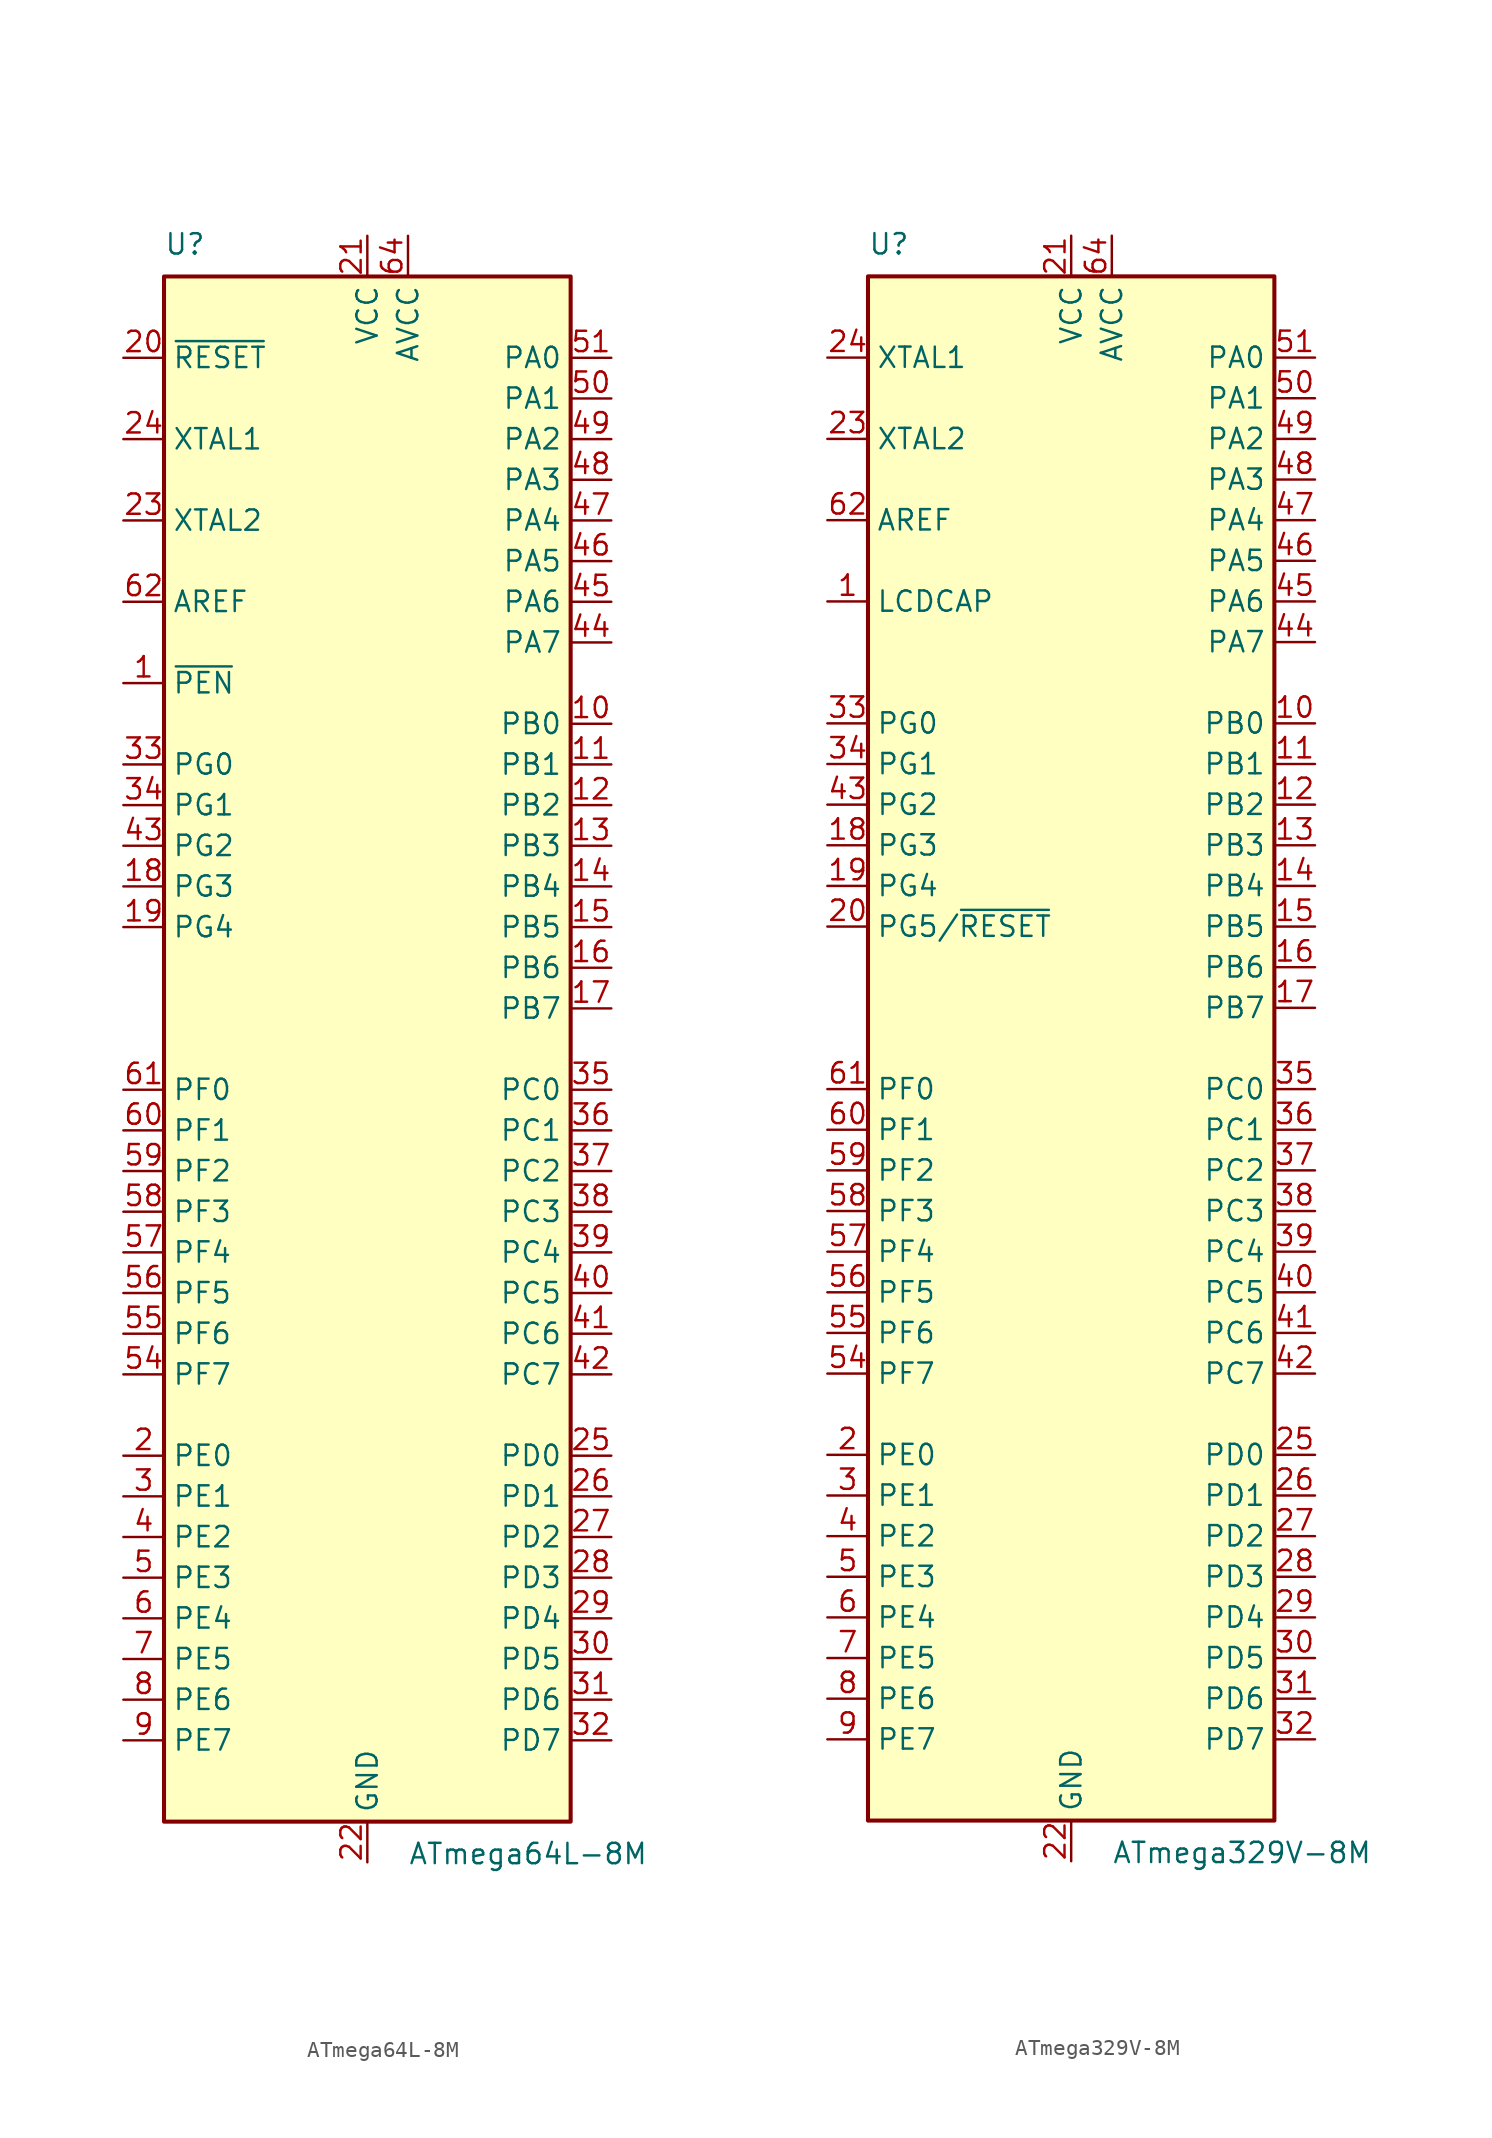
<source format=kicad_sym>
(kicad_symbol_lib
  (version 20231120)
  (generator "kicad_symbol_editor")
  (generator_version "8.0")
  (symbol "ATmega64L-8M"
    (property "Reference" "U"
      (at -12.7 49.53 0)
      (effects (font (size 1.27 1.27)) (justify left bottom)))
    (property "Value" "ATmega64L-8M"
      (at 2.54 -49.53 0)
      (effects (font (size 1.27 1.27)) (justify left top)))
    (symbol "ATmega64L-8M_0_1"
      (rectangle (start -12.7 -48.26) (end 12.7 48.26) (stroke (width 0.254) (type default)) (fill (type background))))
    (symbol "ATmega64L-8M_1_1"
      (pin input line (at -15.24 22.86 0) (length 2.54) (name "~{PEN}" (effects (font (size 1.27 1.27)))) (number "1" (effects (font (size 1.27 1.27)))))
      (pin bidirectional line (at 15.24 20.32 180) (length 2.54) (name "PB0" (effects (font (size 1.27 1.27)))) (number "10" (effects (font (size 1.27 1.27)))))
      (pin bidirectional line (at 15.24 17.78 180) (length 2.54) (name "PB1" (effects (font (size 1.27 1.27)))) (number "11" (effects (font (size 1.27 1.27)))))
      (pin bidirectional line (at 15.24 15.24 180) (length 2.54) (name "PB2" (effects (font (size 1.27 1.27)))) (number "12" (effects (font (size 1.27 1.27)))))
      (pin bidirectional line (at 15.24 12.7 180) (length 2.54) (name "PB3" (effects (font (size 1.27 1.27)))) (number "13" (effects (font (size 1.27 1.27)))))
      (pin bidirectional line (at 15.24 10.16 180) (length 2.54) (name "PB4" (effects (font (size 1.27 1.27)))) (number "14" (effects (font (size 1.27 1.27)))))
      (pin bidirectional line (at 15.24 7.62 180) (length 2.54) (name "PB5" (effects (font (size 1.27 1.27)))) (number "15" (effects (font (size 1.27 1.27)))))
      (pin bidirectional line (at 15.24 5.08 180) (length 2.54) (name "PB6" (effects (font (size 1.27 1.27)))) (number "16" (effects (font (size 1.27 1.27)))))
      (pin bidirectional line (at 15.24 2.54 180) (length 2.54) (name "PB7" (effects (font (size 1.27 1.27)))) (number "17" (effects (font (size 1.27 1.27)))))
      (pin bidirectional line (at -15.24 10.16 0) (length 2.54) (name "PG3" (effects (font (size 1.27 1.27)))) (number "18" (effects (font (size 1.27 1.27)))))
      (pin bidirectional line (at -15.24 7.62 0) (length 2.54) (name "PG4" (effects (font (size 1.27 1.27)))) (number "19" (effects (font (size 1.27 1.27)))))
      (pin bidirectional line (at -15.24 -25.4 0) (length 2.54) (name "PE0" (effects (font (size 1.27 1.27)))) (number "2" (effects (font (size 1.27 1.27)))))
      (pin input line (at -15.24 43.18 0) (length 2.54) (name "~{RESET}" (effects (font (size 1.27 1.27)))) (number "20" (effects (font (size 1.27 1.27)))))
      (pin power_in line (at 0 50.8 270) (length 2.54) (name "VCC" (effects (font (size 1.27 1.27)))) (number "21" (effects (font (size 1.27 1.27)))))
      (pin power_in line (at 0 -50.8 90) (length 2.54) (name "GND" (effects (font (size 1.27 1.27)))) (number "22" (effects (font (size 1.27 1.27)))))
      (pin output line (at -15.24 33.02 0) (length 2.54) (name "XTAL2" (effects (font (size 1.27 1.27)))) (number "23" (effects (font (size 1.27 1.27)))))
      (pin input line (at -15.24 38.1 0) (length 2.54) (name "XTAL1" (effects (font (size 1.27 1.27)))) (number "24" (effects (font (size 1.27 1.27)))))
      (pin bidirectional line (at 15.24 -25.4 180) (length 2.54) (name "PD0" (effects (font (size 1.27 1.27)))) (number "25" (effects (font (size 1.27 1.27)))))
      (pin bidirectional line (at 15.24 -27.94 180) (length 2.54) (name "PD1" (effects (font (size 1.27 1.27)))) (number "26" (effects (font (size 1.27 1.27)))))
      (pin bidirectional line (at 15.24 -30.48 180) (length 2.54) (name "PD2" (effects (font (size 1.27 1.27)))) (number "27" (effects (font (size 1.27 1.27)))))
      (pin bidirectional line (at 15.24 -33.02 180) (length 2.54) (name "PD3" (effects (font (size 1.27 1.27)))) (number "28" (effects (font (size 1.27 1.27)))))
      (pin bidirectional line (at 15.24 -35.56 180) (length 2.54) (name "PD4" (effects (font (size 1.27 1.27)))) (number "29" (effects (font (size 1.27 1.27)))))
      (pin bidirectional line (at -15.24 -27.94 0) (length 2.54) (name "PE1" (effects (font (size 1.27 1.27)))) (number "3" (effects (font (size 1.27 1.27)))))
      (pin bidirectional line (at 15.24 -38.1 180) (length 2.54) (name "PD5" (effects (font (size 1.27 1.27)))) (number "30" (effects (font (size 1.27 1.27)))))
      (pin bidirectional line (at 15.24 -40.64 180) (length 2.54) (name "PD6" (effects (font (size 1.27 1.27)))) (number "31" (effects (font (size 1.27 1.27)))))
      (pin bidirectional line (at 15.24 -43.18 180) (length 2.54) (name "PD7" (effects (font (size 1.27 1.27)))) (number "32" (effects (font (size 1.27 1.27)))))
      (pin bidirectional line (at -15.24 17.78 0) (length 2.54) (name "PG0" (effects (font (size 1.27 1.27)))) (number "33" (effects (font (size 1.27 1.27)))))
      (pin bidirectional line (at -15.24 15.24 0) (length 2.54) (name "PG1" (effects (font (size 1.27 1.27)))) (number "34" (effects (font (size 1.27 1.27)))))
      (pin bidirectional line (at 15.24 -2.54 180) (length 2.54) (name "PC0" (effects (font (size 1.27 1.27)))) (number "35" (effects (font (size 1.27 1.27)))))
      (pin bidirectional line (at 15.24 -5.08 180) (length 2.54) (name "PC1" (effects (font (size 1.27 1.27)))) (number "36" (effects (font (size 1.27 1.27)))))
      (pin bidirectional line (at 15.24 -7.62 180) (length 2.54) (name "PC2" (effects (font (size 1.27 1.27)))) (number "37" (effects (font (size 1.27 1.27)))))
      (pin bidirectional line (at 15.24 -10.16 180) (length 2.54) (name "PC3" (effects (font (size 1.27 1.27)))) (number "38" (effects (font (size 1.27 1.27)))))
      (pin bidirectional line (at 15.24 -12.7 180) (length 2.54) (name "PC4" (effects (font (size 1.27 1.27)))) (number "39" (effects (font (size 1.27 1.27)))))
      (pin bidirectional line (at -15.24 -30.48 0) (length 2.54) (name "PE2" (effects (font (size 1.27 1.27)))) (number "4" (effects (font (size 1.27 1.27)))))
      (pin bidirectional line (at 15.24 -15.24 180) (length 2.54) (name "PC5" (effects (font (size 1.27 1.27)))) (number "40" (effects (font (size 1.27 1.27)))))
      (pin bidirectional line (at 15.24 -17.78 180) (length 2.54) (name "PC6" (effects (font (size 1.27 1.27)))) (number "41" (effects (font (size 1.27 1.27)))))
      (pin bidirectional line (at 15.24 -20.32 180) (length 2.54) (name "PC7" (effects (font (size 1.27 1.27)))) (number "42" (effects (font (size 1.27 1.27)))))
      (pin bidirectional line (at -15.24 12.7 0) (length 2.54) (name "PG2" (effects (font (size 1.27 1.27)))) (number "43" (effects (font (size 1.27 1.27)))))
      (pin bidirectional line (at 15.24 25.4 180) (length 2.54) (name "PA7" (effects (font (size 1.27 1.27)))) (number "44" (effects (font (size 1.27 1.27)))))
      (pin bidirectional line (at 15.24 27.94 180) (length 2.54) (name "PA6" (effects (font (size 1.27 1.27)))) (number "45" (effects (font (size 1.27 1.27)))))
      (pin bidirectional line (at 15.24 30.48 180) (length 2.54) (name "PA5" (effects (font (size 1.27 1.27)))) (number "46" (effects (font (size 1.27 1.27)))))
      (pin bidirectional line (at 15.24 33.02 180) (length 2.54) (name "PA4" (effects (font (size 1.27 1.27)))) (number "47" (effects (font (size 1.27 1.27)))))
      (pin bidirectional line (at 15.24 35.56 180) (length 2.54) (name "PA3" (effects (font (size 1.27 1.27)))) (number "48" (effects (font (size 1.27 1.27)))))
      (pin bidirectional line (at 15.24 38.1 180) (length 2.54) (name "PA2" (effects (font (size 1.27 1.27)))) (number "49" (effects (font (size 1.27 1.27)))))
      (pin bidirectional line (at -15.24 -33.02 0) (length 2.54) (name "PE3" (effects (font (size 1.27 1.27)))) (number "5" (effects (font (size 1.27 1.27)))))
      (pin bidirectional line (at 15.24 40.64 180) (length 2.54) (name "PA1" (effects (font (size 1.27 1.27)))) (number "50" (effects (font (size 1.27 1.27)))))
      (pin bidirectional line (at 15.24 43.18 180) (length 2.54) (name "PA0" (effects (font (size 1.27 1.27)))) (number "51" (effects (font (size 1.27 1.27)))))
      (pin passive line (at 0 50.8 270) (length 2.54) hide (name "VCC" (effects (font (size 1.27 1.27)))) (number "52" (effects (font (size 1.27 1.27)))))
      (pin passive line (at 0 -50.8 90) (length 2.54) hide (name "GND" (effects (font (size 1.27 1.27)))) (number "53" (effects (font (size 1.27 1.27)))))
      (pin bidirectional line (at -15.24 -20.32 0) (length 2.54) (name "PF7" (effects (font (size 1.27 1.27)))) (number "54" (effects (font (size 1.27 1.27)))))
      (pin bidirectional line (at -15.24 -17.78 0) (length 2.54) (name "PF6" (effects (font (size 1.27 1.27)))) (number "55" (effects (font (size 1.27 1.27)))))
      (pin bidirectional line (at -15.24 -15.24 0) (length 2.54) (name "PF5" (effects (font (size 1.27 1.27)))) (number "56" (effects (font (size 1.27 1.27)))))
      (pin bidirectional line (at -15.24 -12.7 0) (length 2.54) (name "PF4" (effects (font (size 1.27 1.27)))) (number "57" (effects (font (size 1.27 1.27)))))
      (pin bidirectional line (at -15.24 -10.16 0) (length 2.54) (name "PF3" (effects (font (size 1.27 1.27)))) (number "58" (effects (font (size 1.27 1.27)))))
      (pin bidirectional line (at -15.24 -7.62 0) (length 2.54) (name "PF2" (effects (font (size 1.27 1.27)))) (number "59" (effects (font (size 1.27 1.27)))))
      (pin bidirectional line (at -15.24 -35.56 0) (length 2.54) (name "PE4" (effects (font (size 1.27 1.27)))) (number "6" (effects (font (size 1.27 1.27)))))
      (pin bidirectional line (at -15.24 -5.08 0) (length 2.54) (name "PF1" (effects (font (size 1.27 1.27)))) (number "60" (effects (font (size 1.27 1.27)))))
      (pin bidirectional line (at -15.24 -2.54 0) (length 2.54) (name "PF0" (effects (font (size 1.27 1.27)))) (number "61" (effects (font (size 1.27 1.27)))))
      (pin passive line (at -15.24 27.94 0) (length 2.54) (name "AREF" (effects (font (size 1.27 1.27)))) (number "62" (effects (font (size 1.27 1.27)))))
      (pin passive line (at 0 -50.8 90) (length 2.54) hide (name "GND" (effects (font (size 1.27 1.27)))) (number "63" (effects (font (size 1.27 1.27)))))
      (pin power_in line (at 2.54 50.8 270) (length 2.54) (name "AVCC" (effects (font (size 1.27 1.27)))) (number "64" (effects (font (size 1.27 1.27)))))
      (pin passive line (at 0 -50.8 90) (length 2.54) hide (name "GND" (effects (font (size 1.27 1.27)))) (number "65" (effects (font (size 1.27 1.27)))))
      (pin bidirectional line (at -15.24 -38.1 0) (length 2.54) (name "PE5" (effects (font (size 1.27 1.27)))) (number "7" (effects (font (size 1.27 1.27)))))
      (pin bidirectional line (at -15.24 -40.64 0) (length 2.54) (name "PE6" (effects (font (size 1.27 1.27)))) (number "8" (effects (font (size 1.27 1.27)))))
      (pin bidirectional line (at -15.24 -43.18 0) (length 2.54) (name "PE7" (effects (font (size 1.27 1.27)))) (number "9" (effects (font (size 1.27 1.27)))))))
  (symbol "ATmega329V-8M"
    (property "Reference" "U"
      (at -12.7 49.53 0)
      (effects (font (size 1.27 1.27)) (justify left bottom)))
    (property "Value" "ATmega329V-8M"
      (at 2.54 -49.53 0)
      (effects (font (size 1.27 1.27)) (justify left top)))
    (symbol "ATmega329V-8M_0_1"
      (rectangle (start -12.7 -48.26) (end 12.7 48.26) (stroke (width 0.254) (type default)) (fill (type background))))
    (symbol "ATmega329V-8M_1_1"
      (pin passive line (at -15.24 27.94 0) (length 2.54) (name "LCDCAP" (effects (font (size 1.27 1.27)))) (number "1" (effects (font (size 1.27 1.27)))))
      (pin bidirectional line (at 15.24 20.32 180) (length 2.54) (name "PB0" (effects (font (size 1.27 1.27)))) (number "10" (effects (font (size 1.27 1.27)))))
      (pin bidirectional line (at 15.24 17.78 180) (length 2.54) (name "PB1" (effects (font (size 1.27 1.27)))) (number "11" (effects (font (size 1.27 1.27)))))
      (pin bidirectional line (at 15.24 15.24 180) (length 2.54) (name "PB2" (effects (font (size 1.27 1.27)))) (number "12" (effects (font (size 1.27 1.27)))))
      (pin bidirectional line (at 15.24 12.7 180) (length 2.54) (name "PB3" (effects (font (size 1.27 1.27)))) (number "13" (effects (font (size 1.27 1.27)))))
      (pin bidirectional line (at 15.24 10.16 180) (length 2.54) (name "PB4" (effects (font (size 1.27 1.27)))) (number "14" (effects (font (size 1.27 1.27)))))
      (pin bidirectional line (at 15.24 7.62 180) (length 2.54) (name "PB5" (effects (font (size 1.27 1.27)))) (number "15" (effects (font (size 1.27 1.27)))))
      (pin bidirectional line (at 15.24 5.08 180) (length 2.54) (name "PB6" (effects (font (size 1.27 1.27)))) (number "16" (effects (font (size 1.27 1.27)))))
      (pin bidirectional line (at 15.24 2.54 180) (length 2.54) (name "PB7" (effects (font (size 1.27 1.27)))) (number "17" (effects (font (size 1.27 1.27)))))
      (pin bidirectional line (at -15.24 12.7 0) (length 2.54) (name "PG3" (effects (font (size 1.27 1.27)))) (number "18" (effects (font (size 1.27 1.27)))))
      (pin bidirectional line (at -15.24 10.16 0) (length 2.54) (name "PG4" (effects (font (size 1.27 1.27)))) (number "19" (effects (font (size 1.27 1.27)))))
      (pin bidirectional line (at -15.24 -25.4 0) (length 2.54) (name "PE0" (effects (font (size 1.27 1.27)))) (number "2" (effects (font (size 1.27 1.27)))))
      (pin bidirectional line (at -15.24 7.62 0) (length 2.54) (name "PG5/~{RESET}" (effects (font (size 1.27 1.27)))) (number "20" (effects (font (size 1.27 1.27)))))
      (pin power_in line (at 0 50.8 270) (length 2.54) (name "VCC" (effects (font (size 1.27 1.27)))) (number "21" (effects (font (size 1.27 1.27)))))
      (pin power_in line (at 0 -50.8 90) (length 2.54) (name "GND" (effects (font (size 1.27 1.27)))) (number "22" (effects (font (size 1.27 1.27)))))
      (pin output line (at -15.24 38.1 0) (length 2.54) (name "XTAL2" (effects (font (size 1.27 1.27)))) (number "23" (effects (font (size 1.27 1.27)))))
      (pin input line (at -15.24 43.18 0) (length 2.54) (name "XTAL1" (effects (font (size 1.27 1.27)))) (number "24" (effects (font (size 1.27 1.27)))))
      (pin bidirectional line (at 15.24 -25.4 180) (length 2.54) (name "PD0" (effects (font (size 1.27 1.27)))) (number "25" (effects (font (size 1.27 1.27)))))
      (pin bidirectional line (at 15.24 -27.94 180) (length 2.54) (name "PD1" (effects (font (size 1.27 1.27)))) (number "26" (effects (font (size 1.27 1.27)))))
      (pin bidirectional line (at 15.24 -30.48 180) (length 2.54) (name "PD2" (effects (font (size 1.27 1.27)))) (number "27" (effects (font (size 1.27 1.27)))))
      (pin bidirectional line (at 15.24 -33.02 180) (length 2.54) (name "PD3" (effects (font (size 1.27 1.27)))) (number "28" (effects (font (size 1.27 1.27)))))
      (pin bidirectional line (at 15.24 -35.56 180) (length 2.54) (name "PD4" (effects (font (size 1.27 1.27)))) (number "29" (effects (font (size 1.27 1.27)))))
      (pin bidirectional line (at -15.24 -27.94 0) (length 2.54) (name "PE1" (effects (font (size 1.27 1.27)))) (number "3" (effects (font (size 1.27 1.27)))))
      (pin bidirectional line (at 15.24 -38.1 180) (length 2.54) (name "PD5" (effects (font (size 1.27 1.27)))) (number "30" (effects (font (size 1.27 1.27)))))
      (pin bidirectional line (at 15.24 -40.64 180) (length 2.54) (name "PD6" (effects (font (size 1.27 1.27)))) (number "31" (effects (font (size 1.27 1.27)))))
      (pin bidirectional line (at 15.24 -43.18 180) (length 2.54) (name "PD7" (effects (font (size 1.27 1.27)))) (number "32" (effects (font (size 1.27 1.27)))))
      (pin bidirectional line (at -15.24 20.32 0) (length 2.54) (name "PG0" (effects (font (size 1.27 1.27)))) (number "33" (effects (font (size 1.27 1.27)))))
      (pin bidirectional line (at -15.24 17.78 0) (length 2.54) (name "PG1" (effects (font (size 1.27 1.27)))) (number "34" (effects (font (size 1.27 1.27)))))
      (pin bidirectional line (at 15.24 -2.54 180) (length 2.54) (name "PC0" (effects (font (size 1.27 1.27)))) (number "35" (effects (font (size 1.27 1.27)))))
      (pin bidirectional line (at 15.24 -5.08 180) (length 2.54) (name "PC1" (effects (font (size 1.27 1.27)))) (number "36" (effects (font (size 1.27 1.27)))))
      (pin bidirectional line (at 15.24 -7.62 180) (length 2.54) (name "PC2" (effects (font (size 1.27 1.27)))) (number "37" (effects (font (size 1.27 1.27)))))
      (pin bidirectional line (at 15.24 -10.16 180) (length 2.54) (name "PC3" (effects (font (size 1.27 1.27)))) (number "38" (effects (font (size 1.27 1.27)))))
      (pin bidirectional line (at 15.24 -12.7 180) (length 2.54) (name "PC4" (effects (font (size 1.27 1.27)))) (number "39" (effects (font (size 1.27 1.27)))))
      (pin bidirectional line (at -15.24 -30.48 0) (length 2.54) (name "PE2" (effects (font (size 1.27 1.27)))) (number "4" (effects (font (size 1.27 1.27)))))
      (pin bidirectional line (at 15.24 -15.24 180) (length 2.54) (name "PC5" (effects (font (size 1.27 1.27)))) (number "40" (effects (font (size 1.27 1.27)))))
      (pin bidirectional line (at 15.24 -17.78 180) (length 2.54) (name "PC6" (effects (font (size 1.27 1.27)))) (number "41" (effects (font (size 1.27 1.27)))))
      (pin bidirectional line (at 15.24 -20.32 180) (length 2.54) (name "PC7" (effects (font (size 1.27 1.27)))) (number "42" (effects (font (size 1.27 1.27)))))
      (pin bidirectional line (at -15.24 15.24 0) (length 2.54) (name "PG2" (effects (font (size 1.27 1.27)))) (number "43" (effects (font (size 1.27 1.27)))))
      (pin bidirectional line (at 15.24 25.4 180) (length 2.54) (name "PA7" (effects (font (size 1.27 1.27)))) (number "44" (effects (font (size 1.27 1.27)))))
      (pin bidirectional line (at 15.24 27.94 180) (length 2.54) (name "PA6" (effects (font (size 1.27 1.27)))) (number "45" (effects (font (size 1.27 1.27)))))
      (pin bidirectional line (at 15.24 30.48 180) (length 2.54) (name "PA5" (effects (font (size 1.27 1.27)))) (number "46" (effects (font (size 1.27 1.27)))))
      (pin bidirectional line (at 15.24 33.02 180) (length 2.54) (name "PA4" (effects (font (size 1.27 1.27)))) (number "47" (effects (font (size 1.27 1.27)))))
      (pin bidirectional line (at 15.24 35.56 180) (length 2.54) (name "PA3" (effects (font (size 1.27 1.27)))) (number "48" (effects (font (size 1.27 1.27)))))
      (pin bidirectional line (at 15.24 38.1 180) (length 2.54) (name "PA2" (effects (font (size 1.27 1.27)))) (number "49" (effects (font (size 1.27 1.27)))))
      (pin bidirectional line (at -15.24 -33.02 0) (length 2.54) (name "PE3" (effects (font (size 1.27 1.27)))) (number "5" (effects (font (size 1.27 1.27)))))
      (pin bidirectional line (at 15.24 40.64 180) (length 2.54) (name "PA1" (effects (font (size 1.27 1.27)))) (number "50" (effects (font (size 1.27 1.27)))))
      (pin bidirectional line (at 15.24 43.18 180) (length 2.54) (name "PA0" (effects (font (size 1.27 1.27)))) (number "51" (effects (font (size 1.27 1.27)))))
      (pin passive line (at 0 50.8 270) (length 2.54) hide (name "VCC" (effects (font (size 1.27 1.27)))) (number "52" (effects (font (size 1.27 1.27)))))
      (pin passive line (at 0 -50.8 90) (length 2.54) hide (name "GND" (effects (font (size 1.27 1.27)))) (number "53" (effects (font (size 1.27 1.27)))))
      (pin bidirectional line (at -15.24 -20.32 0) (length 2.54) (name "PF7" (effects (font (size 1.27 1.27)))) (number "54" (effects (font (size 1.27 1.27)))))
      (pin bidirectional line (at -15.24 -17.78 0) (length 2.54) (name "PF6" (effects (font (size 1.27 1.27)))) (number "55" (effects (font (size 1.27 1.27)))))
      (pin bidirectional line (at -15.24 -15.24 0) (length 2.54) (name "PF5" (effects (font (size 1.27 1.27)))) (number "56" (effects (font (size 1.27 1.27)))))
      (pin bidirectional line (at -15.24 -12.7 0) (length 2.54) (name "PF4" (effects (font (size 1.27 1.27)))) (number "57" (effects (font (size 1.27 1.27)))))
      (pin bidirectional line (at -15.24 -10.16 0) (length 2.54) (name "PF3" (effects (font (size 1.27 1.27)))) (number "58" (effects (font (size 1.27 1.27)))))
      (pin bidirectional line (at -15.24 -7.62 0) (length 2.54) (name "PF2" (effects (font (size 1.27 1.27)))) (number "59" (effects (font (size 1.27 1.27)))))
      (pin bidirectional line (at -15.24 -35.56 0) (length 2.54) (name "PE4" (effects (font (size 1.27 1.27)))) (number "6" (effects (font (size 1.27 1.27)))))
      (pin bidirectional line (at -15.24 -5.08 0) (length 2.54) (name "PF1" (effects (font (size 1.27 1.27)))) (number "60" (effects (font (size 1.27 1.27)))))
      (pin bidirectional line (at -15.24 -2.54 0) (length 2.54) (name "PF0" (effects (font (size 1.27 1.27)))) (number "61" (effects (font (size 1.27 1.27)))))
      (pin passive line (at -15.24 33.02 0) (length 2.54) (name "AREF" (effects (font (size 1.27 1.27)))) (number "62" (effects (font (size 1.27 1.27)))))
      (pin passive line (at 0 -50.8 90) (length 2.54) hide (name "GND" (effects (font (size 1.27 1.27)))) (number "63" (effects (font (size 1.27 1.27)))))
      (pin power_in line (at 2.54 50.8 270) (length 2.54) (name "AVCC" (effects (font (size 1.27 1.27)))) (number "64" (effects (font (size 1.27 1.27)))))
      (pin passive line (at 0 -50.8 90) (length 2.54) hide (name "GND" (effects (font (size 1.27 1.27)))) (number "65" (effects (font (size 1.27 1.27)))))
      (pin bidirectional line (at -15.24 -38.1 0) (length 2.54) (name "PE5" (effects (font (size 1.27 1.27)))) (number "7" (effects (font (size 1.27 1.27)))))
      (pin bidirectional line (at -15.24 -40.64 0) (length 2.54) (name "PE6" (effects (font (size 1.27 1.27)))) (number "8" (effects (font (size 1.27 1.27)))))
      (pin bidirectional line (at -15.24 -43.18 0) (length 2.54) (name "PE7" (effects (font (size 1.27 1.27)))) (number "9" (effects (font (size 1.27 1.27))))))))
</source>
